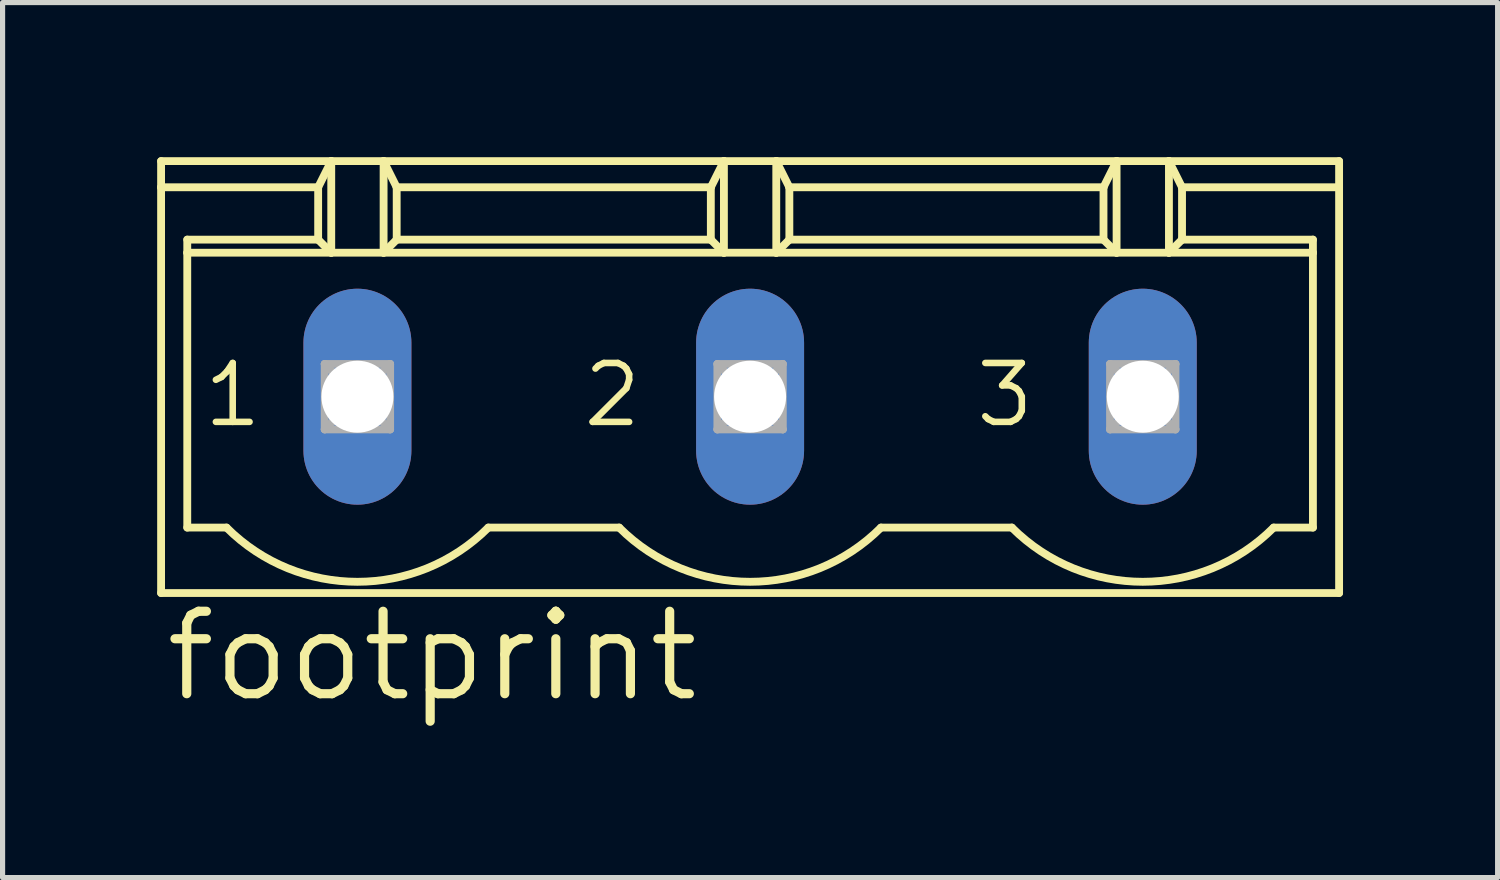
<source format=kicad_pcb>
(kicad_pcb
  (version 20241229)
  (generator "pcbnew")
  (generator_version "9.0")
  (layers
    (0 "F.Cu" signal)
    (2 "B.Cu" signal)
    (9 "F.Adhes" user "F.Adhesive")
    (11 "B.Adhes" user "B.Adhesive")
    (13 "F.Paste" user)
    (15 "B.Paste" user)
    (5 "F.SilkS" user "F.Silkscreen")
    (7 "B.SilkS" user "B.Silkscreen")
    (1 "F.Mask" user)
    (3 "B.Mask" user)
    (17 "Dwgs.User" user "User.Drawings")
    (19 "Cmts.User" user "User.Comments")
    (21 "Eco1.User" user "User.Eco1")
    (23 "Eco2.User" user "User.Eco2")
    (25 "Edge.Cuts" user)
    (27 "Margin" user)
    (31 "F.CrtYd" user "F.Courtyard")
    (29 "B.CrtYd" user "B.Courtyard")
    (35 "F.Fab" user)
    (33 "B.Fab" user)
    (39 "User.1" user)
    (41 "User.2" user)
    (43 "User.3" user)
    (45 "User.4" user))
  (footprint "footprint"
    (layer "F.Cu")
    (at 11.506 4.648)
    (property "Reference" "footprint" (at -11.43 5.969 0) (layer "F.SilkS") (effects (font (size 1.6 1.6) (thickness 0.178)) (justify left bottom)))
    (fp_line (start -11.43 -4.572) (end -8.128 -4.572) (stroke (width 0.152) (type solid)) (layer "F.SilkS"))
    (fp_line (start -11.43 -4.064) (end -11.43 -4.572) (stroke (width 0.152) (type solid)) (layer "F.SilkS"))
    (fp_line (start -11.43 -4.064) (end -8.382 -4.064) (stroke (width 0.152) (type solid)) (layer "F.SilkS"))
    (fp_line (start -11.43 3.81) (end -11.43 -4.064) (stroke (width 0.152) (type solid)) (layer "F.SilkS"))
    (fp_line (start -10.922 -3.048) (end -8.382 -3.048) (stroke (width 0.152) (type solid)) (layer "F.SilkS"))
    (fp_line (start -10.922 -2.794) (end -10.922 -3.048) (stroke (width 0.152) (type solid)) (layer "F.SilkS"))
    (fp_line (start -10.922 -2.794) (end -8.128 -2.794) (stroke (width 0.152) (type solid)) (layer "F.SilkS"))
    (fp_line (start -10.922 2.54) (end -10.922 -2.794) (stroke (width 0.152) (type solid)) (layer "F.SilkS"))
    (fp_line (start -10.16 2.54) (end -10.922 2.54) (stroke (width 0.152) (type solid)) (layer "F.SilkS"))
    (fp_line (start -8.382 -4.064) (end -8.128 -4.572) (stroke (width 0.152) (type solid)) (layer "F.SilkS"))
    (fp_line (start -8.382 -3.048) (end -8.382 -4.064) (stroke (width 0.152) (type solid)) (layer "F.SilkS"))
    (fp_line (start -8.382 -3.048) (end -8.128 -2.794) (stroke (width 0.152) (type solid)) (layer "F.SilkS"))
    (fp_line (start -8.128 -4.572) (end -7.112 -4.572) (stroke (width 0.152) (type solid)) (layer "F.SilkS"))
    (fp_line (start -8.128 -2.794) (end -8.128 -4.572) (stroke (width 0.152) (type solid)) (layer "F.SilkS"))
    (fp_line (start -8.128 -2.794) (end -7.112 -2.794) (stroke (width 0.152) (type solid)) (layer "F.SilkS"))
    (fp_line (start -7.112 -4.572) (end -7.112 -2.794) (stroke (width 0.152) (type solid)) (layer "F.SilkS"))
    (fp_line (start -7.112 -4.572) (end -0.508 -4.572) (stroke (width 0.152) (type solid)) (layer "F.SilkS"))
    (fp_line (start -7.112 -2.794) (end -0.508 -2.794) (stroke (width 0.152) (type solid)) (layer "F.SilkS"))
    (fp_line (start -6.858 -4.064) (end -7.112 -4.572) (stroke (width 0.152) (type solid)) (layer "F.SilkS"))
    (fp_line (start -6.858 -4.064) (end -0.762 -4.064) (stroke (width 0.152) (type solid)) (layer "F.SilkS"))
    (fp_line (start -6.858 -3.048) (end -7.112 -2.794) (stroke (width 0.152) (type solid)) (layer "F.SilkS"))
    (fp_line (start -6.858 -3.048) (end -6.858 -4.064) (stroke (width 0.152) (type solid)) (layer "F.SilkS"))
    (fp_line (start -2.54 2.54) (end -5.08 2.54) (stroke (width 0.152) (type solid)) (layer "F.SilkS"))
    (fp_line (start -0.762 -4.064) (end -0.762 -3.048) (stroke (width 0.152) (type solid)) (layer "F.SilkS"))
    (fp_line (start -0.762 -4.064) (end -0.508 -4.572) (stroke (width 0.152) (type solid)) (layer "F.SilkS"))
    (fp_line (start -0.762 -3.048) (end -6.858 -3.048) (stroke (width 0.152) (type solid)) (layer "F.SilkS"))
    (fp_line (start -0.762 -3.048) (end -0.508 -2.794) (stroke (width 0.152) (type solid)) (layer "F.SilkS"))
    (fp_line (start -0.508 -4.572) (end 0.508 -4.572) (stroke (width 0.152) (type solid)) (layer "F.SilkS"))
    (fp_line (start -0.508 -2.794) (end -0.508 -4.572) (stroke (width 0.152) (type solid)) (layer "F.SilkS"))
    (fp_line (start -0.508 -2.794) (end 0.508 -2.794) (stroke (width 0.152) (type solid)) (layer "F.SilkS"))
    (fp_line (start 0.508 -4.572) (end 0.762 -4.064) (stroke (width 0.152) (type solid)) (layer "F.SilkS"))
    (fp_line (start 0.508 -4.572) (end 7.112 -4.572) (stroke (width 0.152) (type solid)) (layer "F.SilkS"))
    (fp_line (start 0.508 -2.794) (end 0.508 -4.572) (stroke (width 0.152) (type solid)) (layer "F.SilkS"))
    (fp_line (start 0.508 -2.794) (end 7.112 -2.794) (stroke (width 0.152) (type solid)) (layer "F.SilkS"))
    (fp_line (start 0.762 -4.064) (end 0.762 -3.048) (stroke (width 0.152) (type solid)) (layer "F.SilkS"))
    (fp_line (start 0.762 -4.064) (end 6.858 -4.064) (stroke (width 0.152) (type solid)) (layer "F.SilkS"))
    (fp_line (start 0.762 -3.048) (end 0.508 -2.794) (stroke (width 0.152) (type solid)) (layer "F.SilkS"))
    (fp_line (start 5.08 2.54) (end 2.54 2.54) (stroke (width 0.152) (type solid)) (layer "F.SilkS"))
    (fp_line (start 6.858 -4.064) (end 6.858 -3.048) (stroke (width 0.152) (type solid)) (layer "F.SilkS"))
    (fp_line (start 6.858 -4.064) (end 7.112 -4.572) (stroke (width 0.152) (type solid)) (layer "F.SilkS"))
    (fp_line (start 6.858 -3.048) (end 0.762 -3.048) (stroke (width 0.152) (type solid)) (layer "F.SilkS"))
    (fp_line (start 6.858 -3.048) (end 7.112 -2.794) (stroke (width 0.152) (type solid)) (layer "F.SilkS"))
    (fp_line (start 7.112 -4.572) (end 8.128 -4.572) (stroke (width 0.152) (type solid)) (layer "F.SilkS"))
    (fp_line (start 7.112 -2.794) (end 7.112 -4.572) (stroke (width 0.152) (type solid)) (layer "F.SilkS"))
    (fp_line (start 7.112 -2.794) (end 8.128 -2.794) (stroke (width 0.152) (type solid)) (layer "F.SilkS"))
    (fp_line (start 8.128 -4.572) (end 8.382 -4.064) (stroke (width 0.152) (type solid)) (layer "F.SilkS"))
    (fp_line (start 8.128 -4.572) (end 11.43 -4.572) (stroke (width 0.152) (type solid)) (layer "F.SilkS"))
    (fp_line (start 8.128 -2.794) (end 8.128 -4.572) (stroke (width 0.152) (type solid)) (layer "F.SilkS"))
    (fp_line (start 8.128 -2.794) (end 10.922 -2.794) (stroke (width 0.152) (type solid)) (layer "F.SilkS"))
    (fp_line (start 8.382 -4.064) (end 8.382 -3.048) (stroke (width 0.152) (type solid)) (layer "F.SilkS"))
    (fp_line (start 8.382 -4.064) (end 11.43 -4.064) (stroke (width 0.152) (type solid)) (layer "F.SilkS"))
    (fp_line (start 8.382 -3.048) (end 8.128 -2.794) (stroke (width 0.152) (type solid)) (layer "F.SilkS"))
    (fp_line (start 8.382 -3.048) (end 10.922 -3.048) (stroke (width 0.152) (type solid)) (layer "F.SilkS"))
    (fp_line (start 10.922 -3.048) (end 10.922 -2.794) (stroke (width 0.152) (type solid)) (layer "F.SilkS"))
    (fp_line (start 10.922 -2.794) (end 10.922 2.54) (stroke (width 0.152) (type solid)) (layer "F.SilkS"))
    (fp_line (start 10.922 2.54) (end 10.16 2.54) (stroke (width 0.152) (type solid)) (layer "F.SilkS"))
    (fp_line (start 11.43 -4.064) (end 11.43 -4.572) (stroke (width 0.152) (type solid)) (layer "F.SilkS"))
    (fp_line (start 11.43 3.81) (end -11.43 3.81) (stroke (width 0.152) (type solid)) (layer "F.SilkS"))
    (fp_line (start 11.43 3.81) (end 11.43 -4.064) (stroke (width 0.152) (type solid)) (layer "F.SilkS"))
    (fp_arc (start -5.08 2.54) (mid -7.62 3.592102) (end -10.16 2.54) (stroke (width 0.1524) (type solid)) (layer "F.SilkS"))
    (fp_arc (start 2.54 2.54) (mid 0 3.592102) (end -2.54 2.54) (stroke (width 0.1524) (type solid)) (layer "F.SilkS"))
    (fp_arc (start 10.16 2.54) (mid 7.62 3.592102) (end 5.08 2.54) (stroke (width 0.1524) (type solid)) (layer "F.SilkS"))
    (fp_line (start -8.255 -0.635) (end -8.255 0.635) (stroke (width 0.152) (type solid)) (layer "F.Fab"))
    (fp_line (start -8.255 -0.635) (end -6.985 0.635) (stroke (width 0.152) (type solid)) (layer "F.Fab"))
    (fp_line (start -8.255 0.635) (end -6.985 -0.635) (stroke (width 0.152) (type solid)) (layer "F.Fab"))
    (fp_line (start -8.255 0.635) (end -6.985 0.635) (stroke (width 0.152) (type solid)) (layer "F.Fab"))
    (fp_line (start -6.985 -0.635) (end -8.255 -0.635) (stroke (width 0.152) (type solid)) (layer "F.Fab"))
    (fp_line (start -6.985 0.635) (end -6.985 -0.635) (stroke (width 0.152) (type solid)) (layer "F.Fab"))
    (fp_line (start -0.635 -0.635) (end -0.635 0.635) (stroke (width 0.152) (type solid)) (layer "F.Fab"))
    (fp_line (start -0.635 -0.635) (end 0.635 0.635) (stroke (width 0.152) (type solid)) (layer "F.Fab"))
    (fp_line (start -0.635 0.635) (end 0.635 -0.635) (stroke (width 0.152) (type solid)) (layer "F.Fab"))
    (fp_line (start -0.635 0.635) (end 0.635 0.635) (stroke (width 0.152) (type solid)) (layer "F.Fab"))
    (fp_line (start 0.635 -0.635) (end -0.635 -0.635) (stroke (width 0.152) (type solid)) (layer "F.Fab"))
    (fp_line (start 0.635 0.635) (end 0.635 -0.635) (stroke (width 0.152) (type solid)) (layer "F.Fab"))
    (fp_line (start 6.985 -0.635) (end 6.985 0.635) (stroke (width 0.152) (type solid)) (layer "F.Fab"))
    (fp_line (start 6.985 -0.635) (end 8.255 0.635) (stroke (width 0.152) (type solid)) (layer "F.Fab"))
    (fp_line (start 6.985 0.635) (end 8.255 -0.635) (stroke (width 0.152) (type solid)) (layer "F.Fab"))
    (fp_line (start 6.985 0.635) (end 8.255 0.635) (stroke (width 0.152) (type solid)) (layer "F.Fab"))
    (fp_line (start 8.255 -0.635) (end 6.985 -0.635) (stroke (width 0.152) (type solid)) (layer "F.Fab"))
    (fp_line (start 8.255 0.635) (end 8.255 -0.635) (stroke (width 0.152) (type solid)) (layer "F.Fab"))
    (fp_text user "1" (at -10.668 0.635 0) (layer "F.SilkS") (effects (font (size 1.143 1.143) (thickness 0.127)) (justify left bottom)))
    (fp_text user "3" (at 4.318 0.635 0) (layer "F.SilkS") (effects (font (size 1.143 1.143) (thickness 0.127)) (justify left bottom)))
    (fp_text user "2" (at -3.302 0.635 0) (layer "F.SilkS") (effects (font (size 1.143 1.143) (thickness 0.127)) (justify left bottom)))
    (pad "1" thru_hole oval (at -7.62 0 90) (size 4.191 2.095) (drill 1.397) (layers "*.Cu" "*.Mask"))
    (pad "2" thru_hole oval (at 0 0 90) (size 4.191 2.095) (drill 1.397) (layers "*.Cu" "*.Mask"))
    (pad "3" thru_hole oval (at 7.62 0 90) (size 4.191 2.095) (drill 1.397) (layers "*.Cu" "*.Mask")))
  (gr_rect
    (start -3 -3)
    (end 26.012 13.98)
    (stroke (width 0.1) (type default))
    (fill no)
    (layer "Edge.Cuts")))
</source>
